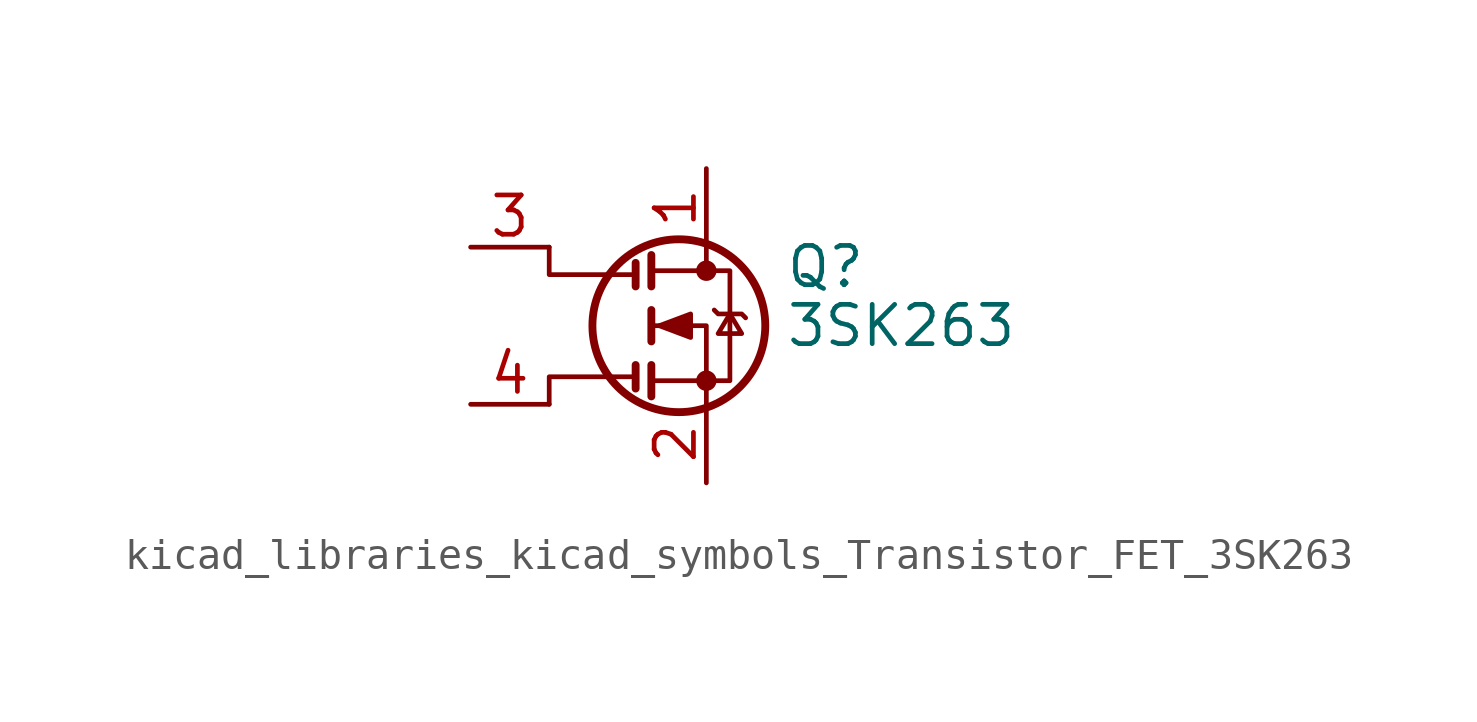
<source format=kicad_sym>
(kicad_symbol_lib
  (version 20220914)
  (generator kicad_symbol_editor)
  (symbol "kicad_libraries_kicad_symbols_Transistor_FET_3SK263"
    (pin_names hide)
    (property "Reference" "Q"
      (at 5.08 1.905 0)
      (effects (font (size 1.27 1.27)) (justify left)))
    (property "Value" "3SK263"
      (at 5.08 0 0)
      (effects (font (size 1.27 1.27)) (justify left)))
    (symbol "kicad_libraries_kicad_symbols_Transistor_FET_3SK263_0_1"
      (polyline (pts (xy 0.254 -2.032) (xy 0.254 -1.27)) (stroke (width 0.254) (type default)) (fill (type none)))
      (polyline (pts (xy 0.254 2.032) (xy 0.254 1.27)) (stroke (width 0.254) (type default)) (fill (type none)))
      (polyline (pts (xy 0.762 -1.27) (xy 0.762 -2.286)) (stroke (width 0.254) (type default)) (fill (type none)))
      (polyline (pts (xy 0.762 0.508) (xy 0.762 -0.508)) (stroke (width 0.254) (type default)) (fill (type none)))
      (polyline (pts (xy 0.762 2.286) (xy 0.762 1.27)) (stroke (width 0.254) (type default)) (fill (type none)))
      (polyline (pts (xy 2.54 2.54) (xy 2.54 1.778)) (stroke (width 0) (type default)) (fill (type none)))
      (polyline (pts (xy 0.254 -1.651) (xy -2.54 -1.651) (xy -2.54 -2.54)) (stroke (width 0) (type default)) (fill (type none)))
      (polyline (pts (xy 0.254 1.651) (xy -2.54 1.651) (xy -2.54 2.54)) (stroke (width 0) (type default)) (fill (type none)))
      (polyline (pts (xy 2.54 -2.54) (xy 2.54 0) (xy 0.762 0)) (stroke (width 0) (type default)) (fill (type none)))
      (polyline (pts (xy 0.762 -1.778) (xy 3.302 -1.778) (xy 3.302 1.778) (xy 0.762 1.778)) (stroke (width 0) (type default)) (fill (type none)))
      (polyline (pts (xy 1.016 0) (xy 2.032 0.381) (xy 2.032 -0.381) (xy 1.016 0)) (stroke (width 0) (type default)) (fill (type outline)))
      (polyline (pts (xy 2.794 0.508) (xy 2.921 0.381) (xy 3.683 0.381) (xy 3.81 0.254)) (stroke (width 0) (type default)) (fill (type none)))
      (polyline (pts (xy 3.302 0.381) (xy 2.921 -0.254) (xy 3.683 -0.254) (xy 3.302 0.381)) (stroke (width 0) (type default)) (fill (type none)))
      (circle (center 1.651 0) (radius 2.794) (stroke (width 0.254) (type default)) (fill (type none)))
      (circle (center 2.54 -1.778) (radius 0.254) (stroke (width 0) (type default)) (fill (type outline)))
      (circle (center 2.54 1.778) (radius 0.254) (stroke (width 0) (type default)) (fill (type outline))))
    (symbol "kicad_libraries_kicad_symbols_Transistor_FET_3SK263_1_1"
      (pin passive line (at 2.54 5.08 270) (length 2.54) (name "D" (effects (font (size 1.27 1.27)))) (number "1" (effects (font (size 1.27 1.27)))))
      (pin passive line (at 2.54 -5.08 90) (length 2.54) (name "S" (effects (font (size 1.27 1.27)))) (number "2" (effects (font (size 1.27 1.27)))))
      (pin passive line (at -5.08 2.54 0) (length 2.54) (name "G1" (effects (font (size 1.27 1.27)))) (number "3" (effects (font (size 1.27 1.27)))))
      (pin passive line (at -5.08 -2.54 0) (length 2.54) (name "G2" (effects (font (size 1.27 1.27)))) (number "4" (effects (font (size 1.27 1.27))))))))
</source>
